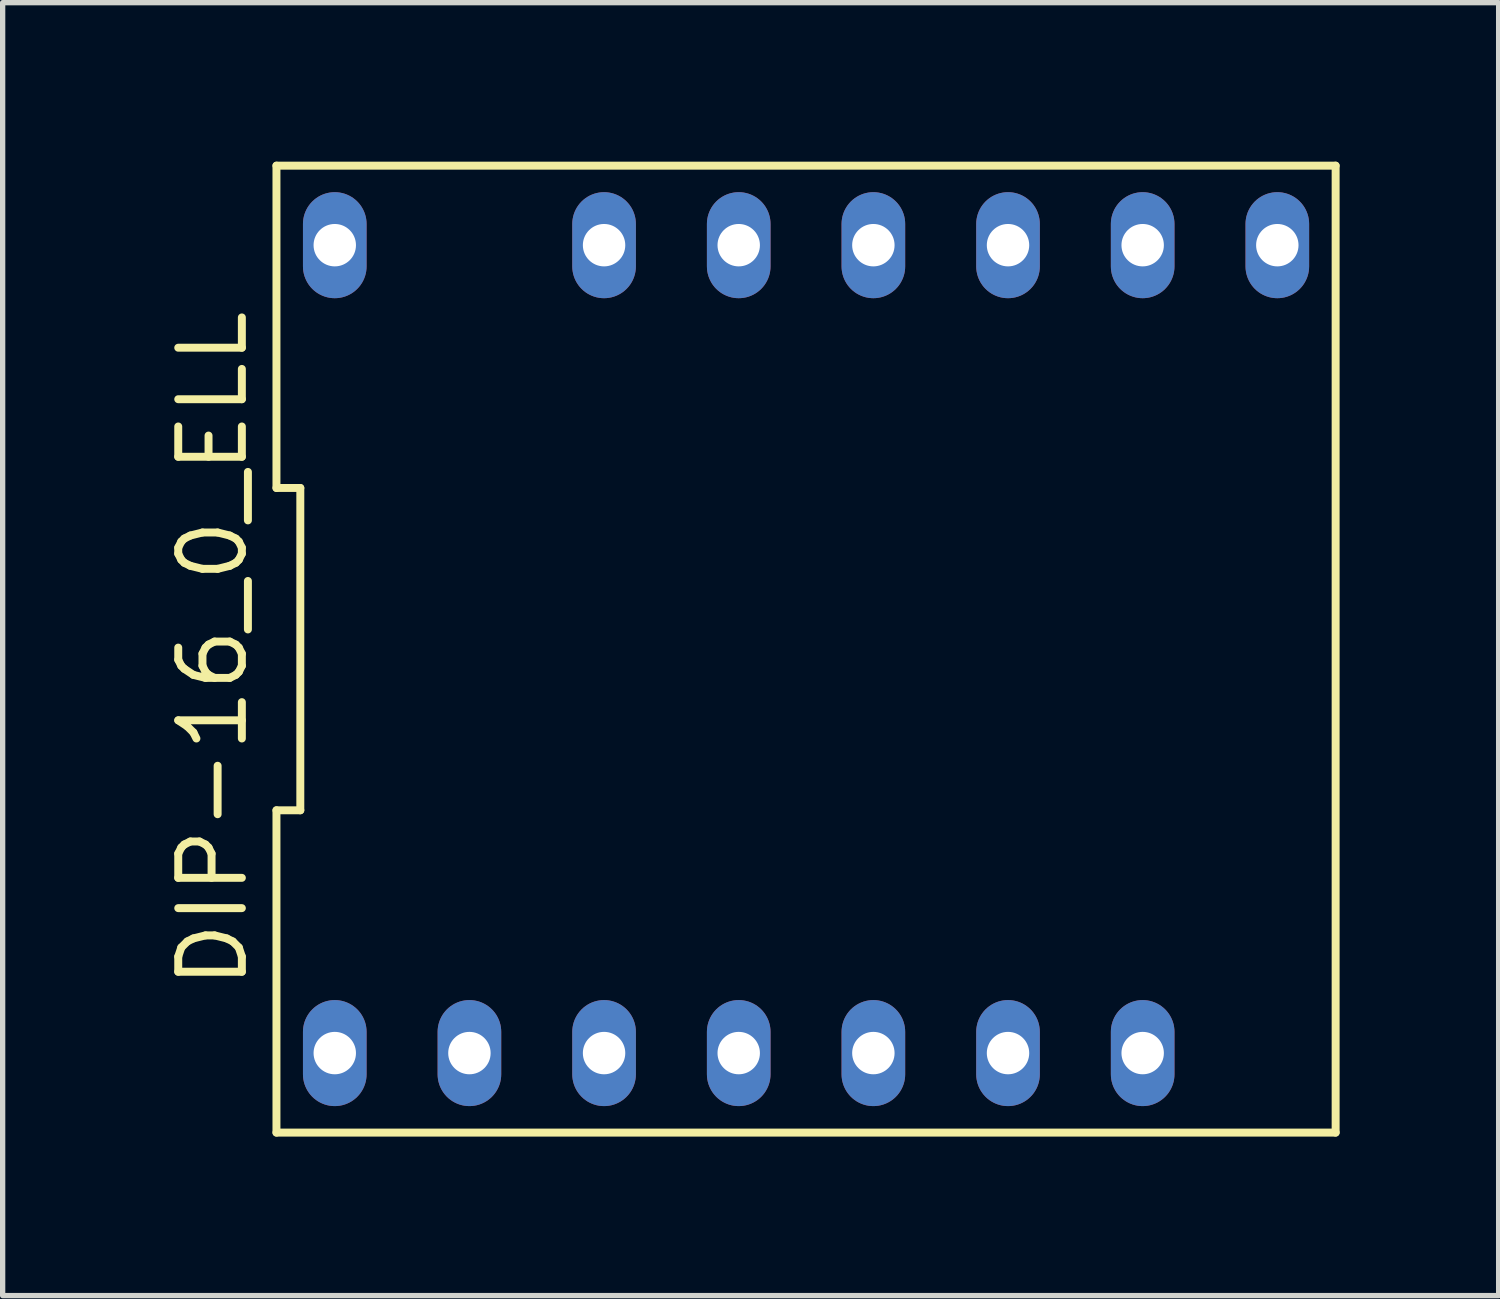
<source format=kicad_pcb>
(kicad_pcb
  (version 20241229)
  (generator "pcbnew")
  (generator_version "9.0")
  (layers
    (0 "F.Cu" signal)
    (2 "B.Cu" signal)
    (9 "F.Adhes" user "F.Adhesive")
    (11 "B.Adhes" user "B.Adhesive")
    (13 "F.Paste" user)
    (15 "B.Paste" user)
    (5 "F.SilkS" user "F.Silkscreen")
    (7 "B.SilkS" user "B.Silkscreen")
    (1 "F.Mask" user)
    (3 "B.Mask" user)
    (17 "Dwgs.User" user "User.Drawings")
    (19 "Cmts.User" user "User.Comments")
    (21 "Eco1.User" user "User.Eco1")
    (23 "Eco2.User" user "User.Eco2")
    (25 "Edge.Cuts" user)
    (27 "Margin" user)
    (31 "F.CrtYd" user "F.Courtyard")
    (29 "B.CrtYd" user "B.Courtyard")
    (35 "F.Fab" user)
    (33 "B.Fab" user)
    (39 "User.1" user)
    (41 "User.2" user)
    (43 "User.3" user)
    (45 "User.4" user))
  (footprint "DIP-16_0_ELL"
    (layer "F.Cu")
    (at 12.155 9.195)
    (property "Reference" "DIP-16_0_ELL" (at -11.19 0 90) (layer "F.SilkS") (effects (font (size 1.2 1.2) (thickness 0.15))))
    (attr through_hole)
    (fp_line (start -9.99 -9.12) (end -9.99 -3.04) (stroke (width 0.15) (type solid)) (layer "F.SilkS"))
    (fp_line (start -9.99 -3.04) (end -9.54 -3.04) (stroke (width 0.15) (type solid)) (layer "F.SilkS"))
    (fp_line (start -9.99 3.04) (end -9.99 9.12) (stroke (width 0.15) (type solid)) (layer "F.SilkS"))
    (fp_line (start -9.99 9.12) (end 9.99 9.12) (stroke (width 0.15) (type solid)) (layer "F.SilkS"))
    (fp_line (start -9.54 -3.04) (end -9.54 3.04) (stroke (width 0.15) (type solid)) (layer "F.SilkS"))
    (fp_line (start -9.54 3.04) (end -9.99 3.04) (stroke (width 0.15) (type solid)) (layer "F.SilkS"))
    (fp_line (start 9.99 -9.12) (end -9.99 -9.12) (stroke (width 0.15) (type solid)) (layer "F.SilkS"))
    (fp_line (start 9.99 9.12) (end 9.99 -9.12) (stroke (width 0.15) (type solid)) (layer "F.SilkS"))
    (pad "1" thru_hole oval (at -8.89 7.62) (size 1.2 2) (drill 0.8) (layers "*.Cu" "*.Mask"))
    (pad "2" thru_hole oval (at -6.35 7.62) (size 1.2 2) (drill 0.8) (layers "*.Cu" "*.Mask"))
    (pad "3" thru_hole oval (at -3.81 7.62) (size 1.2 2) (drill 0.8) (layers "*.Cu" "*.Mask"))
    (pad "4" thru_hole oval (at -1.27 7.62) (size 1.2 2) (drill 0.8) (layers "*.Cu" "*.Mask"))
    (pad "5" thru_hole oval (at 1.27 7.62) (size 1.2 2) (drill 0.8) (layers "*.Cu" "*.Mask"))
    (pad "6" thru_hole oval (at 3.81 7.62) (size 1.2 2) (drill 0.8) (layers "*.Cu" "*.Mask"))
    (pad "7" thru_hole oval (at 6.35 7.62) (size 1.2 2) (drill 0.8) (layers "*.Cu" "*.Mask"))
    (pad "9" thru_hole oval (at 8.89 -7.62) (size 1.2 2) (drill 0.8) (layers "*.Cu" "*.Mask"))
    (pad "10" thru_hole oval (at 6.35 -7.62) (size 1.2 2) (drill 0.8) (layers "*.Cu" "*.Mask"))
    (pad "11" thru_hole oval (at 3.81 -7.62) (size 1.2 2) (drill 0.8) (layers "*.Cu" "*.Mask"))
    (pad "12" thru_hole oval (at 1.27 -7.62) (size 1.2 2) (drill 0.8) (layers "*.Cu" "*.Mask"))
    (pad "13" thru_hole oval (at -1.27 -7.62) (size 1.2 2) (drill 0.8) (layers "*.Cu" "*.Mask"))
    (pad "14" thru_hole oval (at -3.81 -7.62) (size 1.2 2) (drill 0.8) (layers "*.Cu" "*.Mask"))
    (pad "16" thru_hole oval (at -8.89 -7.62) (size 1.2 2) (drill 0.8) (layers "*.Cu" "*.Mask")))
  (gr_rect
    (start -3 -3)
    (end 25.22 21.39)
    (stroke (width 0.1) (type default))
    (fill no)
    (layer "Edge.Cuts")))
</source>
